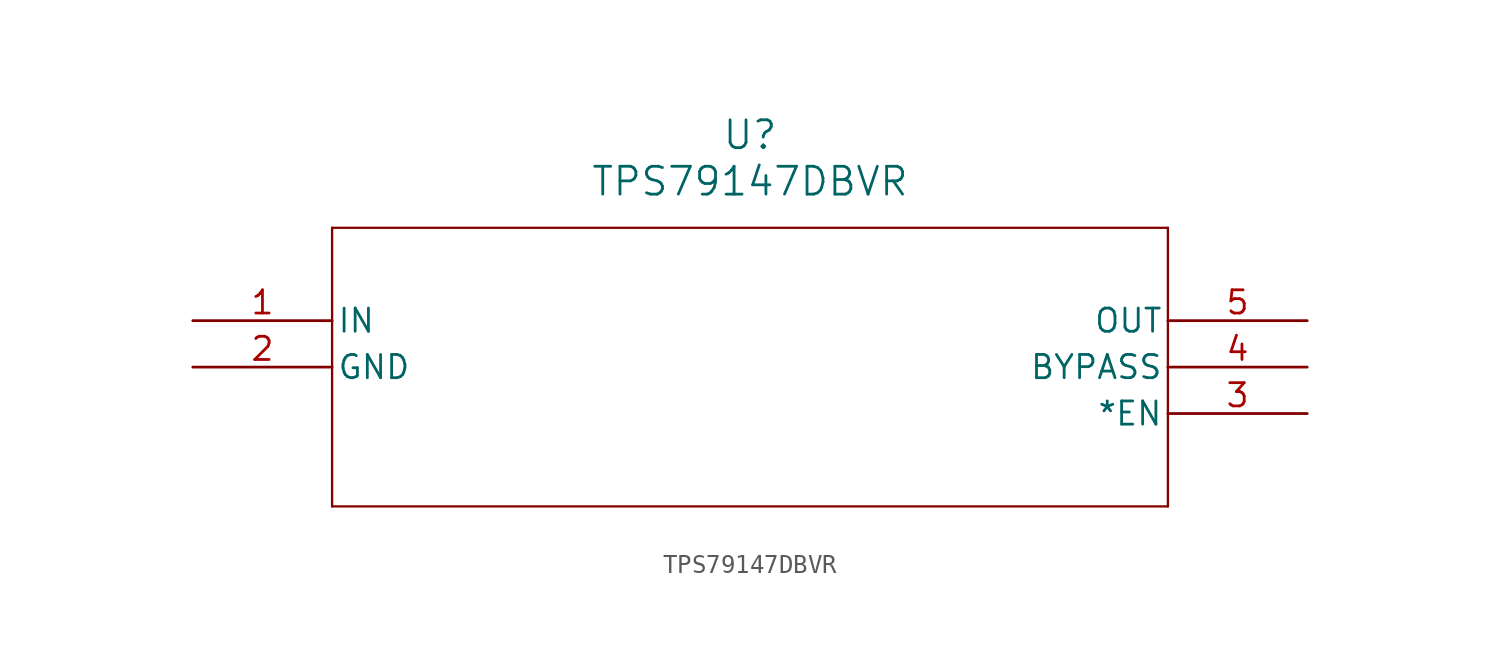
<source format=kicad_sym>
(kicad_symbol_lib
  (version 20211014)
  (generator kicad_symbol_editor)
  (symbol "TPS79147DBVR"
    (pin_names
      (offset 0.254))
    (property "Reference" "U"
      (at 30.48 10.16 0)
      (effects (font (size 1.524 1.524))))
    (property "Value" "TPS79147DBVR"
      (at 30.48 7.62 0)
      (effects (font (size 1.524 1.524))))
    (symbol "TPS79147DBVR_0_1"
      (polyline (pts (xy 7.62 5.08) (xy 7.62 -10.16)) (stroke (width 0.127) (type default) (color 0 0 0 0)) (fill (type none)))
      (polyline (pts (xy 7.62 -10.16) (xy 53.34 -10.16)) (stroke (width 0.127) (type default) (color 0 0 0 0)) (fill (type none)))
      (polyline (pts (xy 53.34 -10.16) (xy 53.34 5.08)) (stroke (width 0.127) (type default) (color 0 0 0 0)) (fill (type none)))
      (polyline (pts (xy 53.34 5.08) (xy 7.62 5.08)) (stroke (width 0.127) (type default) (color 0 0 0 0)) (fill (type none)))
      (pin input line (at 0 0 0) (length 7.62) (name "IN" (effects (font (size 1.27 1.27)))) (number "1" (effects (font (size 1.27 1.27)))))
      (pin power_in line (at 0 -2.54 0) (length 7.62) (name "GND" (effects (font (size 1.27 1.27)))) (number "2" (effects (font (size 1.27 1.27)))))
      (pin unspecified line (at 60.96 -5.08 180) (length 7.62) (name "*EN" (effects (font (size 1.27 1.27)))) (number "3" (effects (font (size 1.27 1.27)))))
      (pin unspecified line (at 60.96 -2.54 180) (length 7.62) (name "BYPASS" (effects (font (size 1.27 1.27)))) (number "4" (effects (font (size 1.27 1.27)))))
      (pin output line (at 60.96 0 180) (length 7.62) (name "OUT" (effects (font (size 1.27 1.27)))) (number "5" (effects (font (size 1.27 1.27))))))))
</source>
